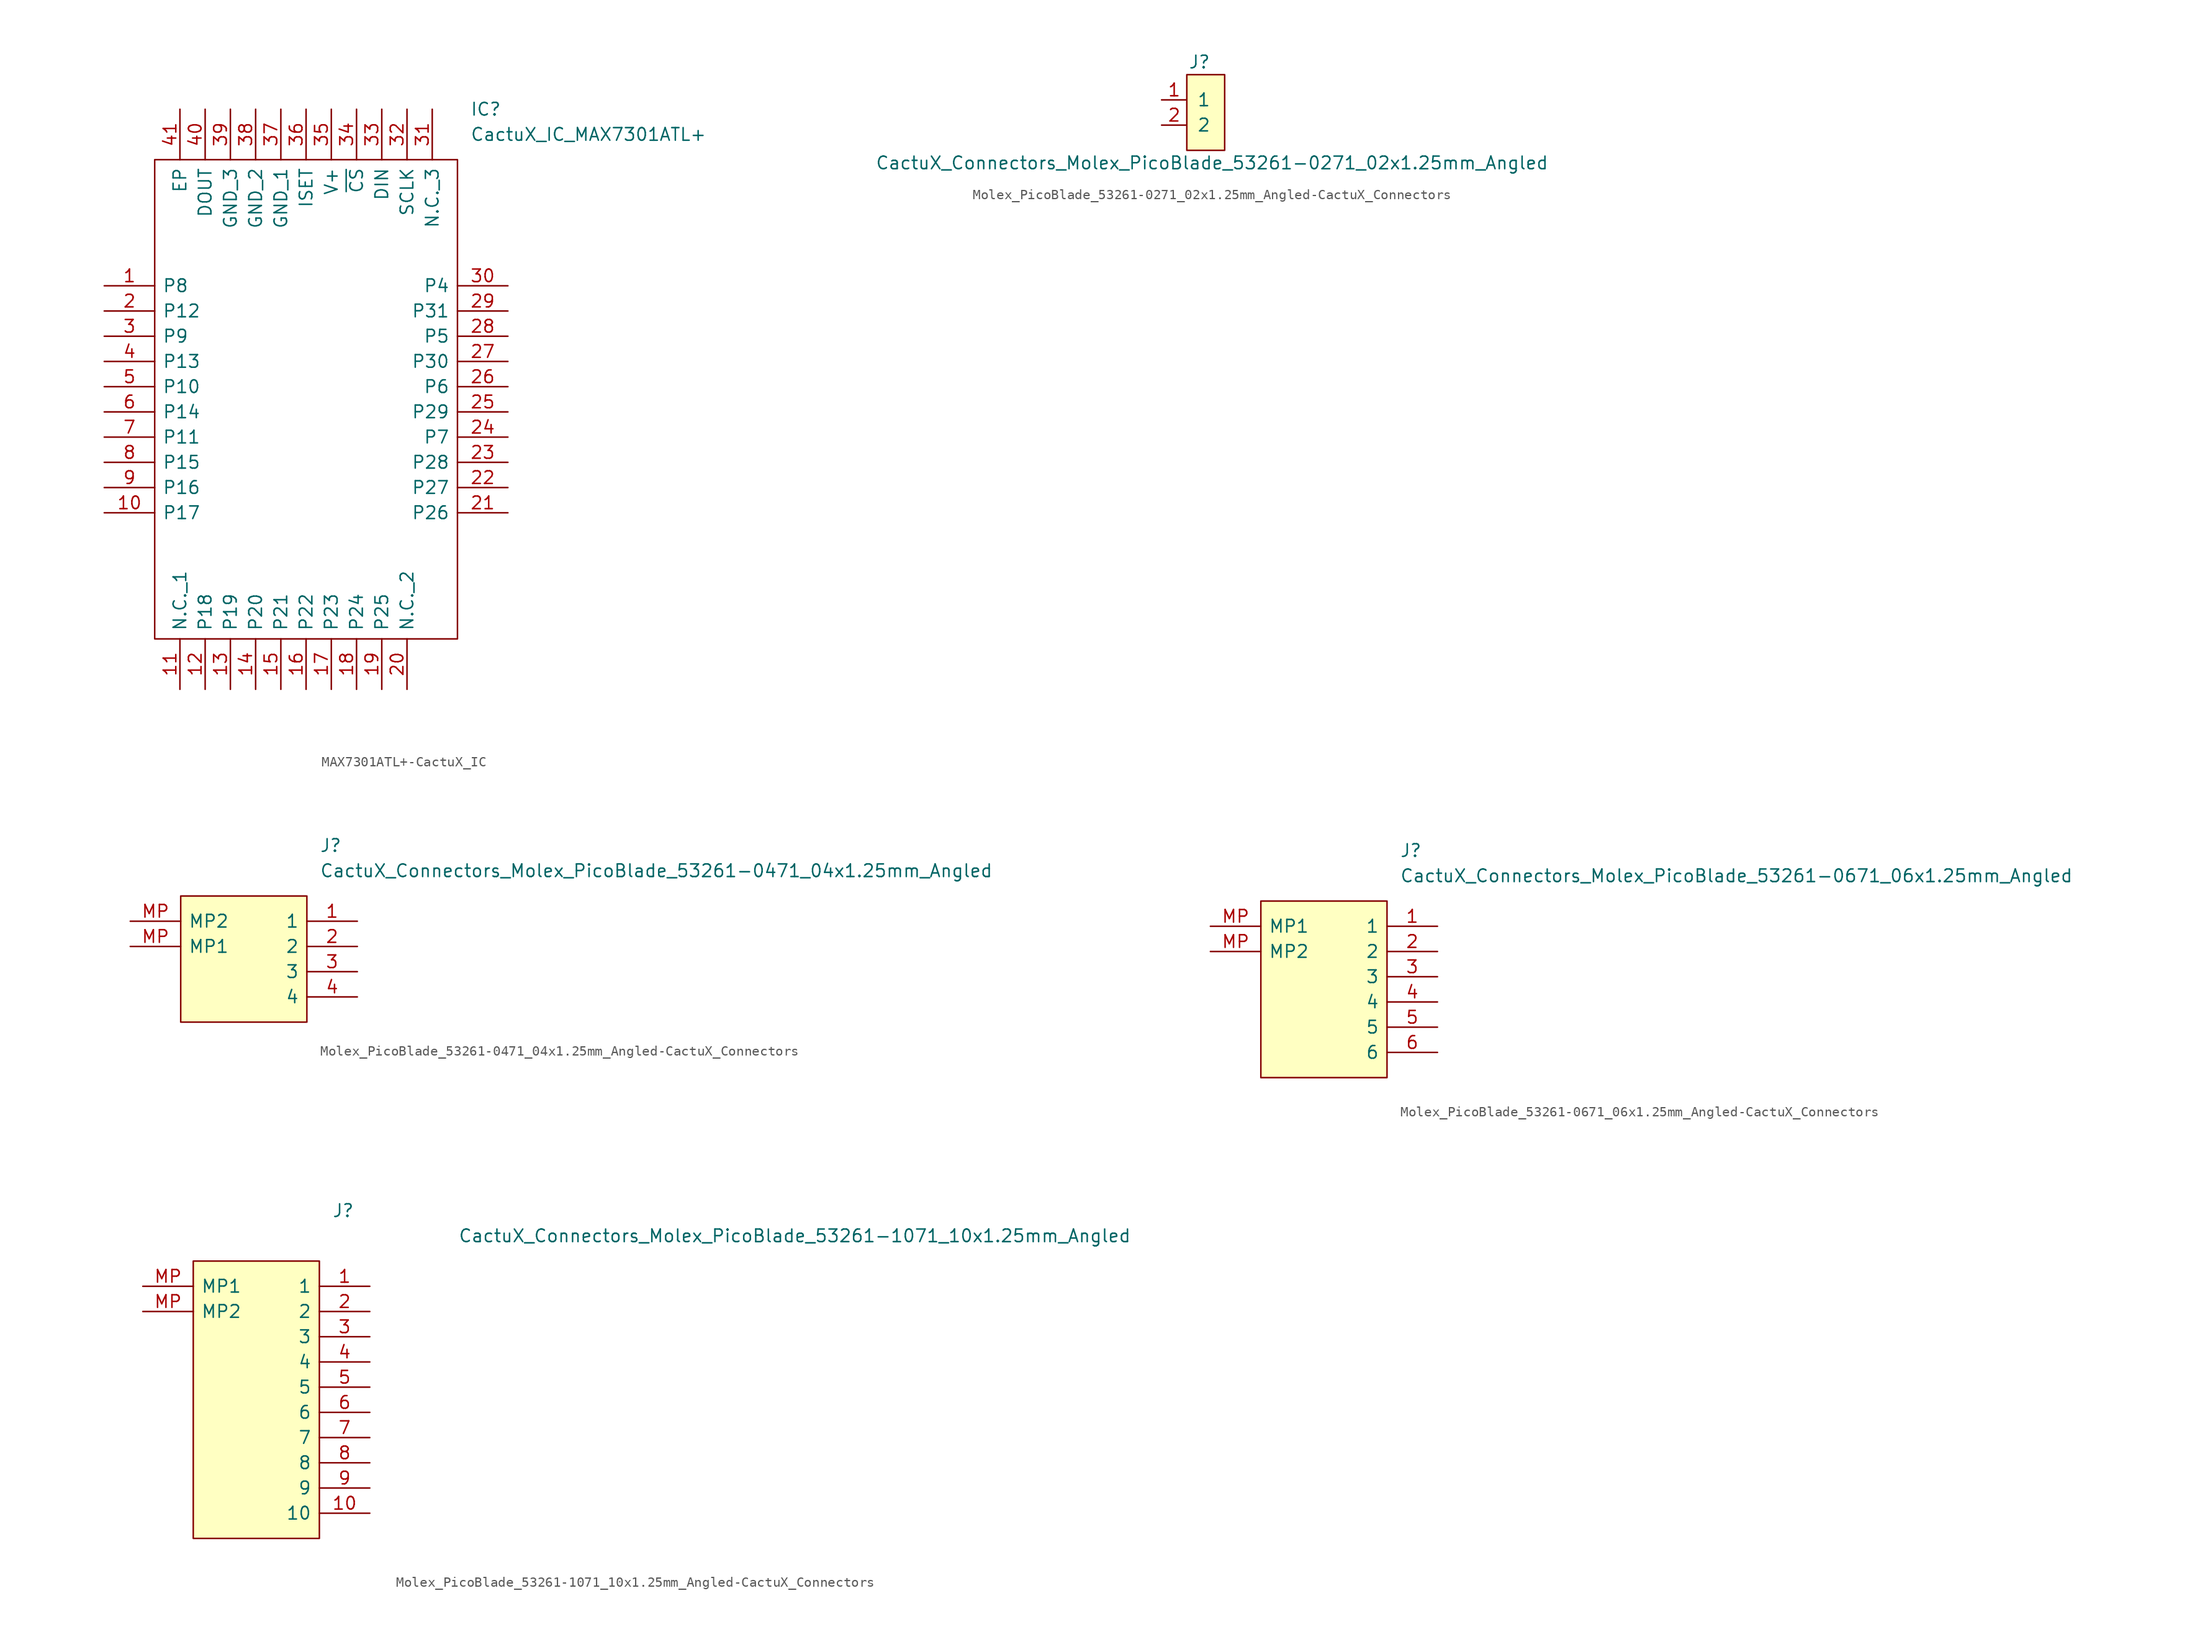
<source format=kicad_sym>
(kicad_symbol_lib
  (version 20220914)
  (generator kicad_symbol_editor)
  (symbol "MAX7301ATL+-CactuX_IC"
    (pin_names
      (offset 0.762))
    (property "Reference" "IC"
      (at 36.83 17.78 0)
      (effects (font (size 1.27 1.27)) (justify left)))
    (property "Value" "CactuX_IC_MAX7301ATL+"
      (at 36.83 15.24 0)
      (effects (font (size 1.27 1.27)) (justify left)))
    (symbol "MAX7301ATL+-CactuX_IC_0_0"
      (pin passive line (at 0 0 0) (length 5.08) (name "P8" (effects (font (size 1.27 1.27)))) (number "1" (effects (font (size 1.27 1.27)))))
      (pin passive line (at 0 -22.86 0) (length 5.08) (name "P17" (effects (font (size 1.27 1.27)))) (number "10" (effects (font (size 1.27 1.27)))))
      (pin passive line (at 7.62 -40.64 90) (length 5.08) (name "N.C._1" (effects (font (size 1.27 1.27)))) (number "11" (effects (font (size 1.27 1.27)))))
      (pin passive line (at 10.16 -40.64 90) (length 5.08) (name "P18" (effects (font (size 1.27 1.27)))) (number "12" (effects (font (size 1.27 1.27)))))
      (pin passive line (at 12.7 -40.64 90) (length 5.08) (name "P19" (effects (font (size 1.27 1.27)))) (number "13" (effects (font (size 1.27 1.27)))))
      (pin passive line (at 15.24 -40.64 90) (length 5.08) (name "P20" (effects (font (size 1.27 1.27)))) (number "14" (effects (font (size 1.27 1.27)))))
      (pin passive line (at 17.78 -40.64 90) (length 5.08) (name "P21" (effects (font (size 1.27 1.27)))) (number "15" (effects (font (size 1.27 1.27)))))
      (pin passive line (at 20.32 -40.64 90) (length 5.08) (name "P22" (effects (font (size 1.27 1.27)))) (number "16" (effects (font (size 1.27 1.27)))))
      (pin passive line (at 22.86 -40.64 90) (length 5.08) (name "P23" (effects (font (size 1.27 1.27)))) (number "17" (effects (font (size 1.27 1.27)))))
      (pin passive line (at 25.4 -40.64 90) (length 5.08) (name "P24" (effects (font (size 1.27 1.27)))) (number "18" (effects (font (size 1.27 1.27)))))
      (pin passive line (at 27.94 -40.64 90) (length 5.08) (name "P25" (effects (font (size 1.27 1.27)))) (number "19" (effects (font (size 1.27 1.27)))))
      (pin passive line (at 0 -2.54 0) (length 5.08) (name "P12" (effects (font (size 1.27 1.27)))) (number "2" (effects (font (size 1.27 1.27)))))
      (pin passive line (at 30.48 -40.64 90) (length 5.08) (name "N.C._2" (effects (font (size 1.27 1.27)))) (number "20" (effects (font (size 1.27 1.27)))))
      (pin passive line (at 40.64 -22.86 180) (length 5.08) (name "P26" (effects (font (size 1.27 1.27)))) (number "21" (effects (font (size 1.27 1.27)))))
      (pin passive line (at 40.64 -20.32 180) (length 5.08) (name "P27" (effects (font (size 1.27 1.27)))) (number "22" (effects (font (size 1.27 1.27)))))
      (pin passive line (at 40.64 -17.78 180) (length 5.08) (name "P28" (effects (font (size 1.27 1.27)))) (number "23" (effects (font (size 1.27 1.27)))))
      (pin passive line (at 40.64 -15.24 180) (length 5.08) (name "P7" (effects (font (size 1.27 1.27)))) (number "24" (effects (font (size 1.27 1.27)))))
      (pin passive line (at 40.64 -12.7 180) (length 5.08) (name "P29" (effects (font (size 1.27 1.27)))) (number "25" (effects (font (size 1.27 1.27)))))
      (pin passive line (at 40.64 -10.16 180) (length 5.08) (name "P6" (effects (font (size 1.27 1.27)))) (number "26" (effects (font (size 1.27 1.27)))))
      (pin passive line (at 40.64 -7.62 180) (length 5.08) (name "P30" (effects (font (size 1.27 1.27)))) (number "27" (effects (font (size 1.27 1.27)))))
      (pin passive line (at 40.64 -5.08 180) (length 5.08) (name "P5" (effects (font (size 1.27 1.27)))) (number "28" (effects (font (size 1.27 1.27)))))
      (pin passive line (at 40.64 -2.54 180) (length 5.08) (name "P31" (effects (font (size 1.27 1.27)))) (number "29" (effects (font (size 1.27 1.27)))))
      (pin passive line (at 0 -5.08 0) (length 5.08) (name "P9" (effects (font (size 1.27 1.27)))) (number "3" (effects (font (size 1.27 1.27)))))
      (pin passive line (at 40.64 0 180) (length 5.08) (name "P4" (effects (font (size 1.27 1.27)))) (number "30" (effects (font (size 1.27 1.27)))))
      (pin passive line (at 33.02 17.78 270) (length 5.08) (name "N.C._3" (effects (font (size 1.27 1.27)))) (number "31" (effects (font (size 1.27 1.27)))))
      (pin passive line (at 30.48 17.78 270) (length 5.08) (name "SCLK" (effects (font (size 1.27 1.27)))) (number "32" (effects (font (size 1.27 1.27)))))
      (pin passive line (at 27.94 17.78 270) (length 5.08) (name "DIN" (effects (font (size 1.27 1.27)))) (number "33" (effects (font (size 1.27 1.27)))))
      (pin passive line (at 25.4 17.78 270) (length 5.08) (name "~{CS}" (effects (font (size 1.27 1.27)))) (number "34" (effects (font (size 1.27 1.27)))))
      (pin passive line (at 22.86 17.78 270) (length 5.08) (name "V+" (effects (font (size 1.27 1.27)))) (number "35" (effects (font (size 1.27 1.27)))))
      (pin passive line (at 20.32 17.78 270) (length 5.08) (name "ISET" (effects (font (size 1.27 1.27)))) (number "36" (effects (font (size 1.27 1.27)))))
      (pin passive line (at 17.78 17.78 270) (length 5.08) (name "GND_1" (effects (font (size 1.27 1.27)))) (number "37" (effects (font (size 1.27 1.27)))))
      (pin passive line (at 15.24 17.78 270) (length 5.08) (name "GND_2" (effects (font (size 1.27 1.27)))) (number "38" (effects (font (size 1.27 1.27)))))
      (pin passive line (at 12.7 17.78 270) (length 5.08) (name "GND_3" (effects (font (size 1.27 1.27)))) (number "39" (effects (font (size 1.27 1.27)))))
      (pin passive line (at 0 -7.62 0) (length 5.08) (name "P13" (effects (font (size 1.27 1.27)))) (number "4" (effects (font (size 1.27 1.27)))))
      (pin passive line (at 10.16 17.78 270) (length 5.08) (name "DOUT" (effects (font (size 1.27 1.27)))) (number "40" (effects (font (size 1.27 1.27)))))
      (pin passive line (at 7.62 17.78 270) (length 5.08) (name "EP" (effects (font (size 1.27 1.27)))) (number "41" (effects (font (size 1.27 1.27)))))
      (pin passive line (at 0 -10.16 0) (length 5.08) (name "P10" (effects (font (size 1.27 1.27)))) (number "5" (effects (font (size 1.27 1.27)))))
      (pin passive line (at 0 -12.7 0) (length 5.08) (name "P14" (effects (font (size 1.27 1.27)))) (number "6" (effects (font (size 1.27 1.27)))))
      (pin passive line (at 0 -15.24 0) (length 5.08) (name "P11" (effects (font (size 1.27 1.27)))) (number "7" (effects (font (size 1.27 1.27)))))
      (pin passive line (at 0 -17.78 0) (length 5.08) (name "P15" (effects (font (size 1.27 1.27)))) (number "8" (effects (font (size 1.27 1.27)))))
      (pin passive line (at 0 -20.32 0) (length 5.08) (name "P16" (effects (font (size 1.27 1.27)))) (number "9" (effects (font (size 1.27 1.27))))))
    (symbol "MAX7301ATL+-CactuX_IC_0_1"
      (polyline (pts (xy 5.08 12.7) (xy 35.56 12.7) (xy 35.56 -35.56) (xy 5.08 -35.56) (xy 5.08 12.7)) (stroke (width 0.152) (type solid)) (fill (type none)))))
  (symbol "Molex_PicoBlade_53261-0271_02x1.25mm_Angled-CactuX_Connectors"
    (pin_names
      (offset 1.016))
    (property "Reference" "J"
      (at 0 5.08 0)
      (effects (font (size 1.27 1.27))))
    (property "Value" "CactuX_Connectors_Molex_PicoBlade_53261-0271_02x1.25mm_Angled"
      (at 1.27 -5.08 0)
      (effects (font (size 1.27 1.27))))
    (symbol "Molex_PicoBlade_53261-0271_02x1.25mm_Angled-CactuX_Connectors_1_1"
      (rectangle (start -1.27 3.81) (end 2.54 -3.81) (stroke (width 0) (type solid)) (fill (type background)))
      (pin bidirectional line (at -3.81 1.27 0) (length 2.54) (name "1" (effects (font (size 1.27 1.27)))) (number "1" (effects (font (size 1.27 1.27)))))
      (pin bidirectional line (at -3.81 -1.27 0) (length 2.54) (name "2" (effects (font (size 1.27 1.27)))) (number "2" (effects (font (size 1.27 1.27)))))))
  (symbol "Molex_PicoBlade_53261-0471_04x1.25mm_Angled-CactuX_Connectors"
    (pin_names
      (offset 0.762))
    (property "Reference" "J"
      (at 19.05 7.62 0)
      (effects (font (size 1.27 1.27)) (justify left)))
    (property "Value" "CactuX_Connectors_Molex_PicoBlade_53261-0471_04x1.25mm_Angled"
      (at 19.05 5.08 0)
      (effects (font (size 1.27 1.27)) (justify left)))
    (symbol "Molex_PicoBlade_53261-0471_04x1.25mm_Angled-CactuX_Connectors_0_0"
      (pin passive line (at 22.86 0 180) (length 5.08) (name "1" (effects (font (size 1.27 1.27)))) (number "1" (effects (font (size 1.27 1.27)))))
      (pin passive line (at 22.86 -2.54 180) (length 5.08) (name "2" (effects (font (size 1.27 1.27)))) (number "2" (effects (font (size 1.27 1.27)))))
      (pin passive line (at 22.86 -5.08 180) (length 5.08) (name "3" (effects (font (size 1.27 1.27)))) (number "3" (effects (font (size 1.27 1.27)))))
      (pin passive line (at 22.86 -7.62 180) (length 5.08) (name "4" (effects (font (size 1.27 1.27)))) (number "4" (effects (font (size 1.27 1.27)))))
      (pin passive line (at 0 -2.54 0) (length 5.08) (name "MP1" (effects (font (size 1.27 1.27)))) (number "MP" (effects (font (size 1.27 1.27)))))
      (pin passive line (at 0 0 0) (length 5.08) (name "MP2" (effects (font (size 1.27 1.27)))) (number "MP" (effects (font (size 1.27 1.27))))))
    (symbol "Molex_PicoBlade_53261-0471_04x1.25mm_Angled-CactuX_Connectors_1_1"
      (polyline (pts (xy 5.08 2.54) (xy 17.78 2.54) (xy 17.78 -10.16) (xy 5.08 -10.16) (xy 5.08 2.54)) (stroke (width 0.152) (type solid)) (fill (type background)))))
  (symbol "Molex_PicoBlade_53261-0671_06x1.25mm_Angled-CactuX_Connectors"
    (pin_names
      (offset 0.762))
    (property "Reference" "J"
      (at 19.05 7.62 0)
      (effects (font (size 1.27 1.27)) (justify left)))
    (property "Value" "CactuX_Connectors_Molex_PicoBlade_53261-0671_06x1.25mm_Angled"
      (at 19.05 5.08 0)
      (effects (font (size 1.27 1.27)) (justify left)))
    (symbol "Molex_PicoBlade_53261-0671_06x1.25mm_Angled-CactuX_Connectors_0_0"
      (pin passive line (at 22.86 0 180) (length 5.08) (name "1" (effects (font (size 1.27 1.27)))) (number "1" (effects (font (size 1.27 1.27)))))
      (pin passive line (at 22.86 -2.54 180) (length 5.08) (name "2" (effects (font (size 1.27 1.27)))) (number "2" (effects (font (size 1.27 1.27)))))
      (pin passive line (at 22.86 -5.08 180) (length 5.08) (name "3" (effects (font (size 1.27 1.27)))) (number "3" (effects (font (size 1.27 1.27)))))
      (pin passive line (at 22.86 -7.62 180) (length 5.08) (name "4" (effects (font (size 1.27 1.27)))) (number "4" (effects (font (size 1.27 1.27)))))
      (pin passive line (at 22.86 -10.16 180) (length 5.08) (name "5" (effects (font (size 1.27 1.27)))) (number "5" (effects (font (size 1.27 1.27)))))
      (pin passive line (at 22.86 -12.7 180) (length 5.08) (name "6" (effects (font (size 1.27 1.27)))) (number "6" (effects (font (size 1.27 1.27)))))
      (pin passive line (at 0 0 0) (length 5.08) (name "MP1" (effects (font (size 1.27 1.27)))) (number "MP" (effects (font (size 1.27 1.27)))))
      (pin passive line (at 0 -2.54 0) (length 5.08) (name "MP2" (effects (font (size 1.27 1.27)))) (number "MP" (effects (font (size 1.27 1.27))))))
    (symbol "Molex_PicoBlade_53261-0671_06x1.25mm_Angled-CactuX_Connectors_1_1"
      (polyline (pts (xy 5.08 2.54) (xy 17.78 2.54) (xy 17.78 -15.24) (xy 5.08 -15.24) (xy 5.08 2.54)) (stroke (width 0.152) (type solid)) (fill (type background)))))
  (symbol "Molex_PicoBlade_53261-1071_10x1.25mm_Angled-CactuX_Connectors"
    (pin_names
      (offset 0.762))
    (property "Reference" "J"
      (at 19.05 7.62 0)
      (effects (font (size 1.27 1.27)) (justify left)))
    (property "Value" "CactuX_Connectors_Molex_PicoBlade_53261-1071_10x1.25mm_Angled"
      (at 31.75 5.08 0)
      (effects (font (size 1.27 1.27)) (justify left)))
    (symbol "Molex_PicoBlade_53261-1071_10x1.25mm_Angled-CactuX_Connectors_0_0"
      (pin passive line (at 22.86 0 180) (length 5.08) (name "1" (effects (font (size 1.27 1.27)))) (number "1" (effects (font (size 1.27 1.27)))))
      (pin passive line (at 22.86 -22.86 180) (length 5.08) (name "10" (effects (font (size 1.27 1.27)))) (number "10" (effects (font (size 1.27 1.27)))))
      (pin passive line (at 22.86 -2.54 180) (length 5.08) (name "2" (effects (font (size 1.27 1.27)))) (number "2" (effects (font (size 1.27 1.27)))))
      (pin passive line (at 22.86 -5.08 180) (length 5.08) (name "3" (effects (font (size 1.27 1.27)))) (number "3" (effects (font (size 1.27 1.27)))))
      (pin passive line (at 22.86 -7.62 180) (length 5.08) (name "4" (effects (font (size 1.27 1.27)))) (number "4" (effects (font (size 1.27 1.27)))))
      (pin passive line (at 22.86 -10.16 180) (length 5.08) (name "5" (effects (font (size 1.27 1.27)))) (number "5" (effects (font (size 1.27 1.27)))))
      (pin passive line (at 22.86 -12.7 180) (length 5.08) (name "6" (effects (font (size 1.27 1.27)))) (number "6" (effects (font (size 1.27 1.27)))))
      (pin passive line (at 22.86 -15.24 180) (length 5.08) (name "7" (effects (font (size 1.27 1.27)))) (number "7" (effects (font (size 1.27 1.27)))))
      (pin passive line (at 22.86 -17.78 180) (length 5.08) (name "8" (effects (font (size 1.27 1.27)))) (number "8" (effects (font (size 1.27 1.27)))))
      (pin passive line (at 22.86 -20.32 180) (length 5.08) (name "9" (effects (font (size 1.27 1.27)))) (number "9" (effects (font (size 1.27 1.27)))))
      (pin passive line (at 0 0 0) (length 5.08) (name "MP1" (effects (font (size 1.27 1.27)))) (number "MP" (effects (font (size 1.27 1.27)))))
      (pin passive line (at 0 -2.54 0) (length 5.08) (name "MP2" (effects (font (size 1.27 1.27)))) (number "MP" (effects (font (size 1.27 1.27))))))
    (symbol "Molex_PicoBlade_53261-1071_10x1.25mm_Angled-CactuX_Connectors_1_1"
      (polyline (pts (xy 5.08 2.54) (xy 17.78 2.54) (xy 17.78 -25.4) (xy 5.08 -25.4) (xy 5.08 2.54)) (stroke (width 0.152) (type solid)) (fill (type background))))))
</source>
